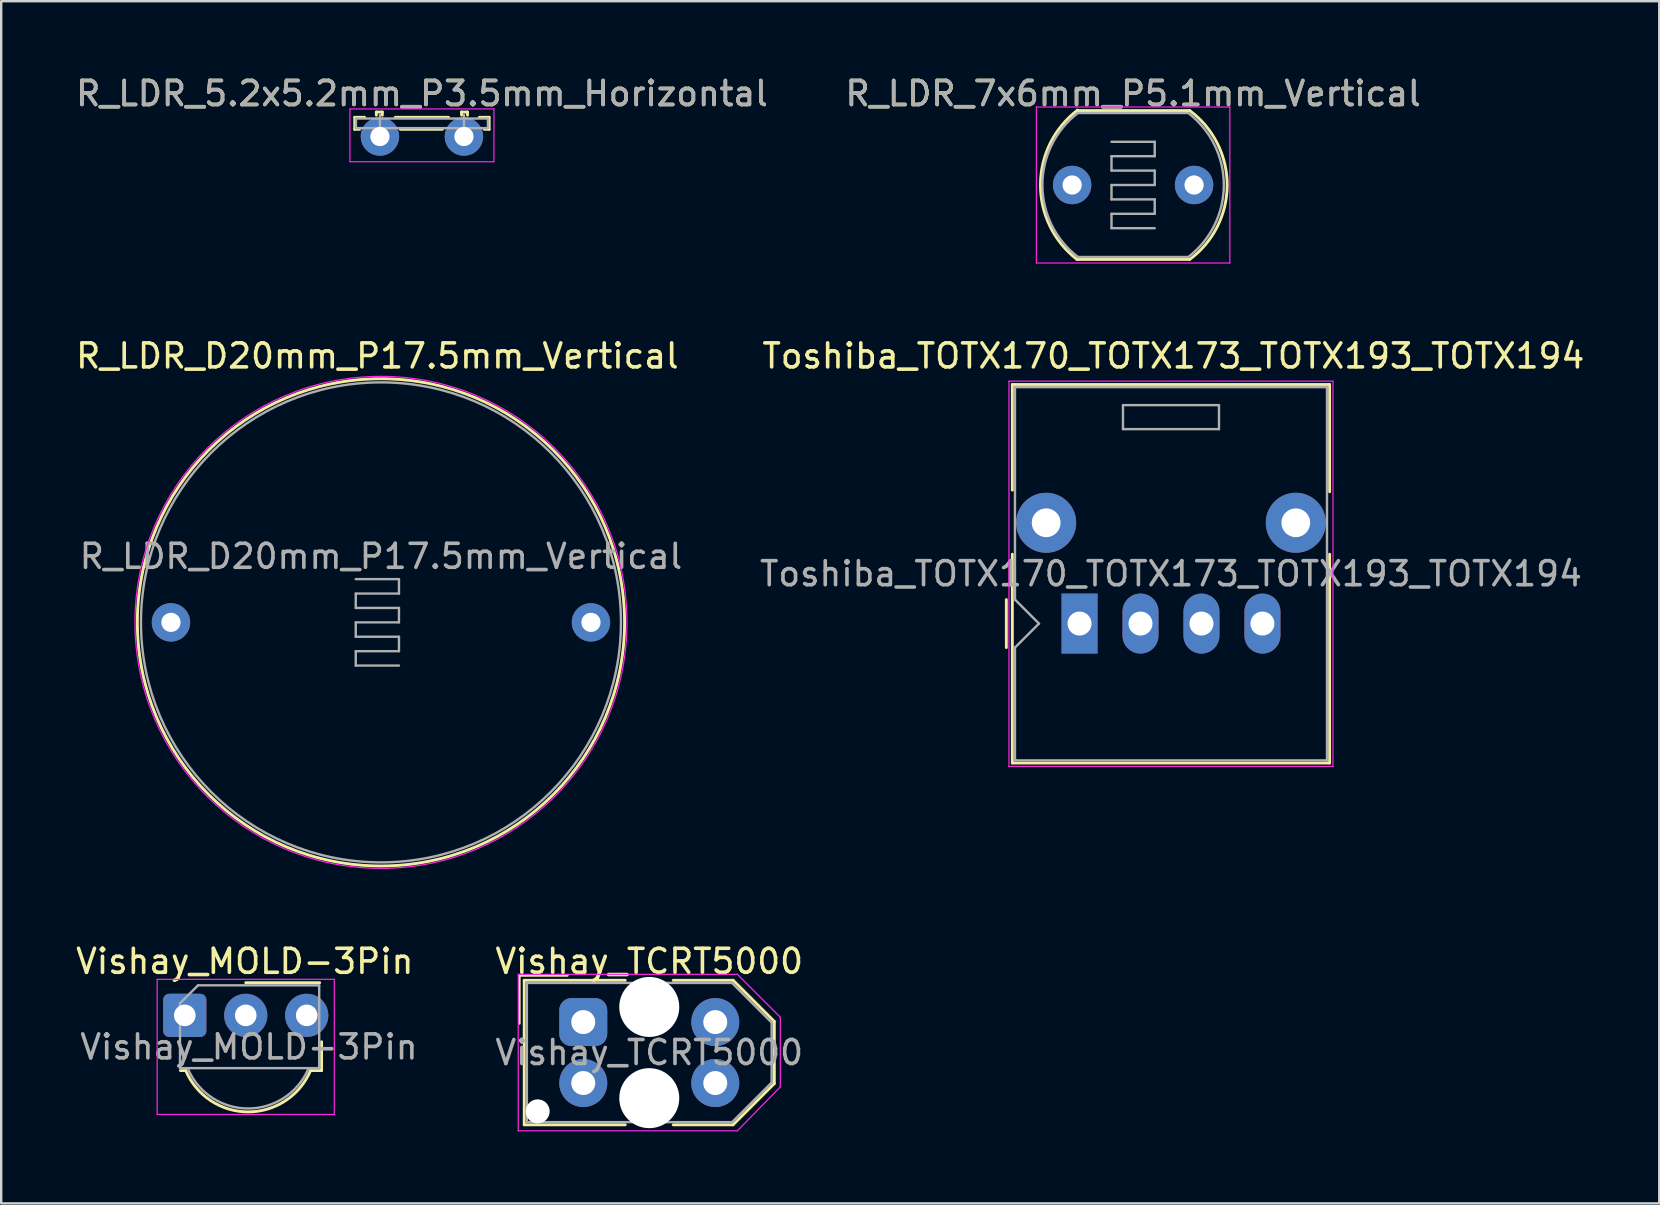
<source format=kicad_pcb>
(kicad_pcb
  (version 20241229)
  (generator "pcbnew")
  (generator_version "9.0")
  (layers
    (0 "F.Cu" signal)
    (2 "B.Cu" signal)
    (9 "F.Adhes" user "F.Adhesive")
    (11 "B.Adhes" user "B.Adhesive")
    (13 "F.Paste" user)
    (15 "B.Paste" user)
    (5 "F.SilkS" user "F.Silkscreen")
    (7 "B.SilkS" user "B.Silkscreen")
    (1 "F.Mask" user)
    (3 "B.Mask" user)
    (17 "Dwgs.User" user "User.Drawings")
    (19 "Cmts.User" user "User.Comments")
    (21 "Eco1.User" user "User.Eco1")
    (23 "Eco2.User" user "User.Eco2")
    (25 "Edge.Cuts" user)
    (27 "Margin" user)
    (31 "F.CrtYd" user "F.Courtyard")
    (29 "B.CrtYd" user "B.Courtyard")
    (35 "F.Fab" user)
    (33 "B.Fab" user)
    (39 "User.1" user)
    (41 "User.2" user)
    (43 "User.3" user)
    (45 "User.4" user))
  (footprint "Vishay_TCRT5000"
    (layer "F.Cu")
    (at 21.252 39.535)
    (property "Reference" "Vishay_TCRT5000" (at 2.75 -2.53 0) (layer "F.SilkS") (effects (font (size 1 1) (thickness 0.15))))
    (attr through_hole)
    (fp_line (start -2.66 -1.94) (end -2.66 0.06) (stroke (width 0.1) (type default)) (layer "F.SilkS"))
    (fp_line (start -2.66 -1.94) (end -0.66 -1.94) (stroke (width 0.1) (type default)) (layer "F.SilkS"))
    (fp_line (start -2.46 -1.74) (end -2.46 4.28) (stroke (width 0.12) (type default)) (layer "F.SilkS"))
    (fp_line (start -2.46 -1.74) (end 1.75 -1.74) (stroke (width 0.12) (type default)) (layer "F.SilkS"))
    (fp_line (start -2.46 4.28) (end 1.75 4.28) (stroke (width 0.12) (type default)) (layer "F.SilkS"))
    (fp_line (start 3.75 -1.74) (end 6.245 -1.74) (stroke (width 0.12) (type default)) (layer "F.SilkS"))
    (fp_line (start 3.75 4.28) (end 6.24 4.28) (stroke (width 0.12) (type default)) (layer "F.SilkS"))
    (fp_line (start 7.96 -0.025) (end 6.245 -1.74) (stroke (width 0.12) (type default)) (layer "F.SilkS"))
    (fp_line (start 7.96 2.56) (end 6.24 4.28) (stroke (width 0.12) (type default)) (layer "F.SilkS"))
    (fp_line (start 7.96 2.56) (end 7.96 -0.025) (stroke (width 0.12) (type default)) (layer "F.SilkS"))
    (fp_line (start -2.71 -1.99) (end -2.71 4.53) (stroke (width 0.05) (type default)) (layer "F.CrtYd"))
    (fp_line (start -2.71 -1.99) (end 6.42 -1.99) (stroke (width 0.05) (type default)) (layer "F.CrtYd"))
    (fp_line (start -2.71 4.53) (end 6.42 4.53) (stroke (width 0.05) (type default)) (layer "F.CrtYd"))
    (fp_line (start 6.42 -1.99) (end 8.21 -0.2) (stroke (width 0.05) (type default)) (layer "F.CrtYd"))
    (fp_line (start 8.21 -0.2) (end 8.21 2.7) (stroke (width 0.05) (type default)) (layer "F.CrtYd"))
    (fp_line (start 8.21 2.7) (end 6.42 4.53) (stroke (width 0.05) (type default)) (layer "F.CrtYd"))
    (fp_line (start -2.35 -1.63) (end 6.2 -1.63) (stroke (width 0.1) (type default)) (layer "F.Fab"))
    (fp_line (start -2.35 4.17) (end -2.35 -1.63) (stroke (width 0.1) (type default)) (layer "F.Fab"))
    (fp_line (start 6.2 -1.63) (end 7.85 0.02) (stroke (width 0.1) (type default)) (layer "F.Fab"))
    (fp_line (start 6.2 4.17) (end -2.325 4.17) (stroke (width 0.1) (type default)) (layer "F.Fab"))
    (fp_line (start 7.85 0.02) (end 7.85 2.52) (stroke (width 0.1) (type default)) (layer "F.Fab"))
    (fp_line (start 7.85 2.52) (end 6.2 4.17) (stroke (width 0.1) (type default)) (layer "F.Fab"))
    (fp_text user "${REFERENCE}" (at 2.75 1.27 0) (layer "F.Fab") (effects (font (size 1 1) (thickness 0.15))))
    (pad "" np_thru_hole circle (at -1.9 3.72) (size 1 1) (drill 1) (layers "*.Cu" "*.Mask"))
    (pad "" np_thru_hole circle (at 2.75 -0.63) (size 2.5 2.5) (drill 2.5) (layers "*.Cu" "*.Mask"))
    (pad "" np_thru_hole circle (at 2.75 3.17) (size 2.5 2.5) (drill 2.5) (layers "*.Cu" "*.Mask"))
    (pad "1" thru_hole roundrect (at 0 0) (size 2 2) (drill 1) (layers "*.Cu" "*.Mask") (roundrect_rratio 0.25))
    (pad "2" thru_hole circle (at 0 2.54) (size 2 2) (drill 1) (layers "*.Cu" "*.Mask"))
    (pad "3" thru_hole circle (at 5.5 2.54) (size 2 2) (drill 1) (layers "*.Cu" "*.Mask"))
    (pad "4" thru_hole circle (at 5.5 0) (size 2 2) (drill 1) (layers "*.Cu" "*.Mask")))
  (footprint "R_LDR_7x6mm_P5.1mm_Vertical"
    (layer "F.Cu")
    (at 41.621 4.658)
    (property "Reference" "R_LDR_7x6mm_P5.1mm_Vertical" (at 2.54 -3.81 0) (layer "F.SilkS") (effects (font (size 1 1) (thickness 0.15))))
    (attr through_hole)
    (fp_line (start 0.2 -3.1) (end 4.9 -3.1) (stroke (width 0.12) (type solid)) (layer "F.SilkS"))
    (fp_line (start 0.2 3.1) (end 4.9 3.1) (stroke (width 0.12) (type solid)) (layer "F.SilkS"))
    (fp_arc (start 0.2 3.1) (mid -1.320423 -0.016888) (end 0.226796 -3.120561) (stroke (width 0.12) (type solid)) (layer "F.SilkS"))
    (fp_arc (start 4.9 -3.1) (mid 6.460049 0.00492) (end 4.89209 3.105853) (stroke (width 0.12) (type solid)) (layer "F.SilkS"))
    (fp_line (start -1.49 -3.25) (end -1.49 3.25) (stroke (width 0.05) (type solid)) (layer "F.CrtYd"))
    (fp_line (start -1.49 -3.25) (end 6.57 -3.25) (stroke (width 0.05) (type solid)) (layer "F.CrtYd"))
    (fp_line (start 6.57 3.25) (end -1.49 3.25) (stroke (width 0.05) (type solid)) (layer "F.CrtYd"))
    (fp_line (start 6.57 3.25) (end 6.57 -3.25) (stroke (width 0.05) (type solid)) (layer "F.CrtYd"))
    (fp_line (start 0.24 -3) (end 4.84 -3) (stroke (width 0.1) (type solid)) (layer "F.Fab"))
    (fp_line (start 1.64 -1.8) (end 3.44 -1.8) (stroke (width 0.1) (type solid)) (layer "F.Fab"))
    (fp_line (start 1.64 -1.2) (end 1.64 -0.6) (stroke (width 0.1) (type solid)) (layer "F.Fab"))
    (fp_line (start 1.64 -0.6) (end 3.44 -0.6) (stroke (width 0.1) (type solid)) (layer "F.Fab"))
    (fp_line (start 1.64 0) (end 1.64 0.6) (stroke (width 0.1) (type solid)) (layer "F.Fab"))
    (fp_line (start 1.64 0.6) (end 3.44 0.6) (stroke (width 0.1) (type solid)) (layer "F.Fab"))
    (fp_line (start 1.64 1.2) (end 1.64 1.8) (stroke (width 0.1) (type solid)) (layer "F.Fab"))
    (fp_line (start 1.64 1.8) (end 3.44 1.8) (stroke (width 0.1) (type solid)) (layer "F.Fab"))
    (fp_line (start 3.44 -1.8) (end 3.44 -1.2) (stroke (width 0.1) (type solid)) (layer "F.Fab"))
    (fp_line (start 3.44 -1.2) (end 1.64 -1.2) (stroke (width 0.1) (type solid)) (layer "F.Fab"))
    (fp_line (start 3.44 -0.6) (end 3.44 0) (stroke (width 0.1) (type solid)) (layer "F.Fab"))
    (fp_line (start 3.44 0) (end 1.64 0) (stroke (width 0.1) (type solid)) (layer "F.Fab"))
    (fp_line (start 3.44 0.6) (end 3.44 1.2) (stroke (width 0.1) (type solid)) (layer "F.Fab"))
    (fp_line (start 3.44 1.2) (end 1.64 1.2) (stroke (width 0.1) (type solid)) (layer "F.Fab"))
    (fp_line (start 4.84 3) (end 0.24 3) (stroke (width 0.1) (type solid)) (layer "F.Fab"))
    (fp_arc (start 0.24 3) (mid -1.240211 0.001572) (end 0.237506 -2.998087) (stroke (width 0.1) (type solid)) (layer "F.Fab"))
    (fp_arc (start 4.84 -3) (mid 6.320211 -0.001572) (end 4.842494 2.998087) (stroke (width 0.1) (type solid)) (layer "F.Fab"))
    (fp_text user "${REFERENCE}" (at 2.54 -3.81 0) (layer "F.Fab") (effects (font (size 1 1) (thickness 0.15))))
    (pad "1" thru_hole circle (at 0 0) (size 1.6 1.6) (drill 0.8) (layers "*.Cu" "*.Mask"))
    (pad "2" thru_hole circle (at 5.08 0) (size 1.6 1.6) (drill 0.8) (layers "*.Cu" "*.Mask")))
  (footprint "Toshiba_TOTX170_TOTX173_TOTX193_TOTX194"
    (layer "F.Cu")
    (at 41.929 22.931)
    (property "Reference" "Toshiba_TOTX170_TOTX173_TOTX193_TOTX194" (at 3.91 -11.15 0) (layer "F.SilkS") (effects (font (size 1 1) (thickness 0.15))))
    (attr through_hole)
    (fp_line (start -3.05 1) (end -3.05 -1) (stroke (width 0.12) (type solid)) (layer "F.SilkS"))
    (fp_line (start -2.8 -9.96) (end -2.8 -5.56) (stroke (width 0.12) (type solid)) (layer "F.SilkS"))
    (fp_line (start -2.8 5.81) (end -2.8 -2.89) (stroke (width 0.12) (type solid)) (layer "F.SilkS"))
    (fp_line (start -2.8 5.81) (end 10.42 5.81) (stroke (width 0.12) (type solid)) (layer "F.SilkS"))
    (fp_line (start 10.42 -9.96) (end -2.8 -9.96) (stroke (width 0.12) (type solid)) (layer "F.SilkS"))
    (fp_line (start 10.42 -9.96) (end 10.42 -5.49) (stroke (width 0.12) (type solid)) (layer "F.SilkS"))
    (fp_line (start 10.42 5.81) (end 10.42 -2.89) (stroke (width 0.12) (type solid)) (layer "F.SilkS"))
    (fp_line (start -2.94 -10.1) (end -2.94 5.95) (stroke (width 0.05) (type solid)) (layer "F.CrtYd"))
    (fp_line (start -2.94 -10.1) (end 10.56 -10.1) (stroke (width 0.05) (type solid)) (layer "F.CrtYd"))
    (fp_line (start 10.56 5.95) (end -2.94 5.95) (stroke (width 0.05) (type solid)) (layer "F.CrtYd"))
    (fp_line (start 10.56 5.95) (end 10.56 -10.1) (stroke (width 0.05) (type solid)) (layer "F.CrtYd"))
    (fp_line (start -2.69 -9.85) (end 10.31 -9.85) (stroke (width 0.1) (type solid)) (layer "F.Fab"))
    (fp_line (start -2.69 -1) (end -2.69 -9.85) (stroke (width 0.1) (type solid)) (layer "F.Fab"))
    (fp_line (start -2.69 5.65) (end -2.69 1) (stroke (width 0.1) (type solid)) (layer "F.Fab"))
    (fp_line (start -2.69 5.65) (end -2.69 5.7) (stroke (width 0.1) (type solid)) (layer "F.Fab"))
    (fp_line (start -2.69 5.7) (end 10.26 5.7) (stroke (width 0.1) (type solid)) (layer "F.Fab"))
    (fp_line (start -1.69 0) (end -2.69 -1) (stroke (width 0.1) (type solid)) (layer "F.Fab"))
    (fp_line (start -1.69 0) (end -2.69 1) (stroke (width 0.1) (type solid)) (layer "F.Fab"))
    (fp_line (start 1.81 -9.1) (end 5.81 -9.1) (stroke (width 0.1) (type solid)) (layer "F.Fab"))
    (fp_line (start 1.81 -8.1) (end 1.81 -9.1) (stroke (width 0.1) (type solid)) (layer "F.Fab"))
    (fp_line (start 5.81 -9.1) (end 5.81 -8.1) (stroke (width 0.1) (type solid)) (layer "F.Fab"))
    (fp_line (start 5.81 -8.1) (end 1.81 -8.1) (stroke (width 0.1) (type solid)) (layer "F.Fab"))
    (fp_line (start 10.26 5.7) (end 10.31 5.7) (stroke (width 0.1) (type solid)) (layer "F.Fab"))
    (fp_line (start 10.31 5.7) (end 10.31 -9.85) (stroke (width 0.1) (type solid)) (layer "F.Fab"))
    (fp_text user "${REFERENCE}" (at 3.81 -2.075 0) (layer "F.Fab") (effects (font (size 1 1) (thickness 0.15))))
    (pad "1" thru_hole rect (at 0 0) (size 1.5 2.5) (drill 1) (layers "*.Cu" "*.Mask"))
    (pad "2" thru_hole oval (at 2.54 0) (size 1.5 2.5) (drill 1) (layers "*.Cu" "*.Mask"))
    (pad "3" thru_hole oval (at 5.08 0) (size 1.5 2.5) (drill 1) (layers "*.Cu" "*.Mask"))
    (pad "4" thru_hole oval (at 7.62 0) (size 1.5 2.5) (drill 1) (layers "*.Cu" "*.Mask"))
    (pad "5" thru_hole circle (at 9.01 -4.2) (size 2.5 2.5) (drill 1.2) (layers "*.Cu" "*.Mask"))
    (pad "6" thru_hole circle (at -1.39 -4.2) (size 2.5 2.5) (drill 1.2) (layers "*.Cu" "*.Mask")))
  (footprint "R_LDR_5.2x5.2mm_P3.5mm_Horizontal"
    (layer "F.Cu")
    (at 12.78 2.638)
    (property "Reference" "R_LDR_5.2x5.2mm_P3.5mm_Horizontal" (at 1.75 -1.79 0) (layer "F.SilkS") (effects (font (size 1 1) (thickness 0.15))))
    (attr through_hole)
    (fp_line (start -1.05 -0.8) (end -1.05 -0.3) (stroke (width 0.12) (type solid)) (layer "F.SilkS"))
    (fp_line (start -1.05 -0.3) (end -0.85 -0.3) (stroke (width 0.12) (type solid)) (layer "F.SilkS"))
    (fp_line (start -0.64 -0.8) (end -1.05 -0.8) (stroke (width 0.12) (type solid)) (layer "F.SilkS"))
    (fp_line (start -0.15 -1.02) (end -0.15 -0.89) (stroke (width 0.12) (type solid)) (layer "F.SilkS"))
    (fp_line (start -0.15 -1.02) (end 0.1 -1.02) (stroke (width 0.12) (type solid)) (layer "F.SilkS"))
    (fp_line (start 0.1 -1.02) (end 0.1 -0.89) (stroke (width 0.12) (type solid)) (layer "F.SilkS"))
    (fp_line (start 0.85 -0.3) (end 2.6 -0.3) (stroke (width 0.12) (type solid)) (layer "F.SilkS"))
    (fp_line (start 2.86 -0.8) (end 0.64 -0.8) (stroke (width 0.12) (type solid)) (layer "F.SilkS"))
    (fp_line (start 3.4 -1.02) (end 3.4 -0.89) (stroke (width 0.12) (type solid)) (layer "F.SilkS"))
    (fp_line (start 3.4 -1.02) (end 3.65 -1.02) (stroke (width 0.12) (type solid)) (layer "F.SilkS"))
    (fp_line (start 3.65 -1.02) (end 3.65 -0.89) (stroke (width 0.12) (type solid)) (layer "F.SilkS"))
    (fp_line (start 4.35 -0.3) (end 4.55 -0.3) (stroke (width 0.12) (type solid)) (layer "F.SilkS"))
    (fp_line (start 4.55 -0.8) (end 4.14 -0.8) (stroke (width 0.12) (type solid)) (layer "F.SilkS"))
    (fp_line (start 4.55 -0.3) (end 4.55 -0.8) (stroke (width 0.12) (type solid)) (layer "F.SilkS"))
    (fp_line (start -1.25 -1.15) (end -1.25 1.05) (stroke (width 0.05) (type solid)) (layer "F.CrtYd"))
    (fp_line (start -1.25 -1.15) (end 4.75 -1.15) (stroke (width 0.05) (type solid)) (layer "F.CrtYd"))
    (fp_line (start 4.75 1.05) (end -1.25 1.05) (stroke (width 0.05) (type solid)) (layer "F.CrtYd"))
    (fp_line (start 4.75 1.05) (end 4.75 -1.15) (stroke (width 0.05) (type solid)) (layer "F.CrtYd"))
    (fp_line (start -1 -0.75) (end 4.5 -0.75) (stroke (width 0.1) (type solid)) (layer "F.Fab"))
    (fp_line (start -1 -0.35) (end -1 -0.75) (stroke (width 0.1) (type solid)) (layer "F.Fab"))
    (fp_line (start 0 0) (end 0 -0.9) (stroke (width 0.1) (type solid)) (layer "F.Fab"))
    (fp_line (start 3.5 0) (end 3.5 -0.9) (stroke (width 0.1) (type solid)) (layer "F.Fab"))
    (fp_line (start 4.5 -0.75) (end 4.5 -0.35) (stroke (width 0.1) (type solid)) (layer "F.Fab"))
    (fp_line (start 4.5 -0.35) (end -1 -0.35) (stroke (width 0.1) (type solid)) (layer "F.Fab"))
    (fp_text user "${REFERENCE}" (at 1.75 -1.79 0) (layer "F.Fab") (effects (font (size 1 1) (thickness 0.15))))
    (pad "1" thru_hole circle (at 0 0) (size 1.6 1.6) (drill 0.8) (layers "*.Cu" "*.Mask"))
    (pad "2" thru_hole circle (at 3.5 0) (size 1.6 1.6) (drill 0.8) (layers "*.Cu" "*.Mask")))
  (footprint "R_LDR_D20mm_P17.5mm_Vertical"
    (layer "F.Cu")
    (at 4.073 22.881)
    (property "Reference" "R_LDR_D20mm_P17.5mm_Vertical" (at 8.6 -11.1 0) (layer "F.SilkS") (effects (font (size 1 1) (thickness 0.15))))
    (attr through_hole)
    (fp_circle (center 8.75 0) (end -1.4 0) (stroke (width 0.12) (type solid)) (fill no) (layer "F.SilkS"))
    (fp_circle (center 8.75 0) (end -1.5 0) (stroke (width 0.05) (type solid)) (fill no) (layer "F.CrtYd"))
    (fp_line (start 7.7 -1.8) (end 9.5 -1.8) (stroke (width 0.1) (type solid)) (layer "F.Fab"))
    (fp_line (start 7.7 -1.2) (end 7.7 -0.6) (stroke (width 0.1) (type solid)) (layer "F.Fab"))
    (fp_line (start 7.7 -0.6) (end 9.5 -0.6) (stroke (width 0.1) (type solid)) (layer "F.Fab"))
    (fp_line (start 7.7 0) (end 7.7 0.6) (stroke (width 0.1) (type solid)) (layer "F.Fab"))
    (fp_line (start 7.7 0.6) (end 9.5 0.6) (stroke (width 0.1) (type solid)) (layer "F.Fab"))
    (fp_line (start 7.7 1.2) (end 7.7 1.8) (stroke (width 0.1) (type solid)) (layer "F.Fab"))
    (fp_line (start 7.7 1.8) (end 9.5 1.8) (stroke (width 0.1) (type solid)) (layer "F.Fab"))
    (fp_line (start 9.5 -1.8) (end 9.5 -1.2) (stroke (width 0.1) (type solid)) (layer "F.Fab"))
    (fp_line (start 9.5 -1.2) (end 7.7 -1.2) (stroke (width 0.1) (type solid)) (layer "F.Fab"))
    (fp_line (start 9.5 -0.6) (end 9.5 0) (stroke (width 0.1) (type solid)) (layer "F.Fab"))
    (fp_line (start 9.5 0) (end 7.7 0) (stroke (width 0.1) (type solid)) (layer "F.Fab"))
    (fp_line (start 9.5 0.6) (end 9.5 1.2) (stroke (width 0.1) (type solid)) (layer "F.Fab"))
    (fp_line (start 9.5 1.2) (end 7.7 1.2) (stroke (width 0.1) (type solid)) (layer "F.Fab"))
    (fp_circle (center 8.75 0) (end -1.25 0) (stroke (width 0.1) (type solid)) (fill no) (layer "F.Fab"))
    (fp_text user "${REFERENCE}" (at 8.75 -2.75 0) (layer "F.Fab") (effects (font (size 1 1) (thickness 0.15))))
    (pad "1" thru_hole circle (at 0 0) (size 1.6 1.6) (drill 0.8) (layers "*.Cu" "*.Mask"))
    (pad "2" thru_hole circle (at 17.5 0) (size 1.6 1.6) (drill 0.8) (layers "*.Cu" "*.Mask")))
  (footprint "Vishay_MOLD-3Pin"
    (layer "F.Cu")
    (at 4.649 39.255)
    (property "Reference" "Vishay_MOLD-3Pin" (at 2.5 -2.25 180) (layer "F.SilkS") (effects (font (size 1 1) (thickness 0.15))))
    (attr through_hole)
    (fp_line (start 0.04 2.3) (end -0.18 2.3) (stroke (width 0.12) (type solid)) (layer "F.SilkS"))
    (fp_line (start 5.62 -1.36) (end 2.54 -1.36) (stroke (width 0.12) (type solid)) (layer "F.SilkS"))
    (fp_line (start 5.7 2.3) (end 5.24 2.3) (stroke (width 0.12) (type solid)) (layer "F.SilkS"))
    (fp_line (start 5.7 2.3) (end 5.7 1.1) (stroke (width 0.12) (type solid)) (layer "F.SilkS"))
    (fp_arc (start 5.24 2.3) (mid 2.64 4.023119) (end 0.04 2.3) (stroke (width 0.12) (type solid)) (layer "F.SilkS"))
    (fp_line (start -1.15 -1.5) (end -1.15 4.13) (stroke (width 0.05) (type solid)) (layer "F.CrtYd"))
    (fp_line (start -1.15 -1.5) (end 6.23 -1.5) (stroke (width 0.05) (type solid)) (layer "F.CrtYd"))
    (fp_line (start 6.23 4.13) (end -1.15 4.13) (stroke (width 0.05) (type solid)) (layer "F.CrtYd"))
    (fp_line (start 6.23 4.13) (end 6.23 -1.5) (stroke (width 0.05) (type solid)) (layer "F.CrtYd"))
    (fp_line (start -0.2 2.2) (end -0.2 -0.5) (stroke (width 0.1) (type solid)) (layer "F.Fab"))
    (fp_line (start 0.55 -1.25) (end -0.2 -0.5) (stroke (width 0.1) (type solid)) (layer "F.Fab"))
    (fp_line (start 0.55 -1.25) (end 5.6 -1.25) (stroke (width 0.1) (type solid)) (layer "F.Fab"))
    (fp_line (start 5.6 -1.25) (end 5.6 2.2) (stroke (width 0.1) (type solid)) (layer "F.Fab"))
    (fp_line (start 5.6 2.2) (end -0.2 2.2) (stroke (width 0.1) (type solid)) (layer "F.Fab"))
    (fp_arc (start 5.14 2.25) (mid 2.651941 3.881274) (end 0.149714 2.271818) (stroke (width 0.1) (type solid)) (layer "F.Fab"))
    (fp_text user "${REFERENCE}" (at 2.675 1.316 0) (layer "F.Fab") (effects (font (size 1 1) (thickness 0.15))))
    (pad "1" thru_hole roundrect (at 0 0) (size 1.8 1.8) (drill 0.9) (layers "*.Cu" "*.Mask") (roundrect_rratio 0.138))
    (pad "2" thru_hole circle (at 2.54 0) (size 1.8 1.8) (drill 0.9) (layers "*.Cu" "*.Mask"))
    (pad "3" thru_hole circle (at 5.08 0) (size 1.8 1.8) (drill 0.9) (layers "*.Cu" "*.Mask")))
  (gr_rect
    (start -3 -3)
    (end 66.083 47.09)
    (stroke (width 0.1) (type default))
    (fill no)
    (layer "Edge.Cuts")))
</source>
